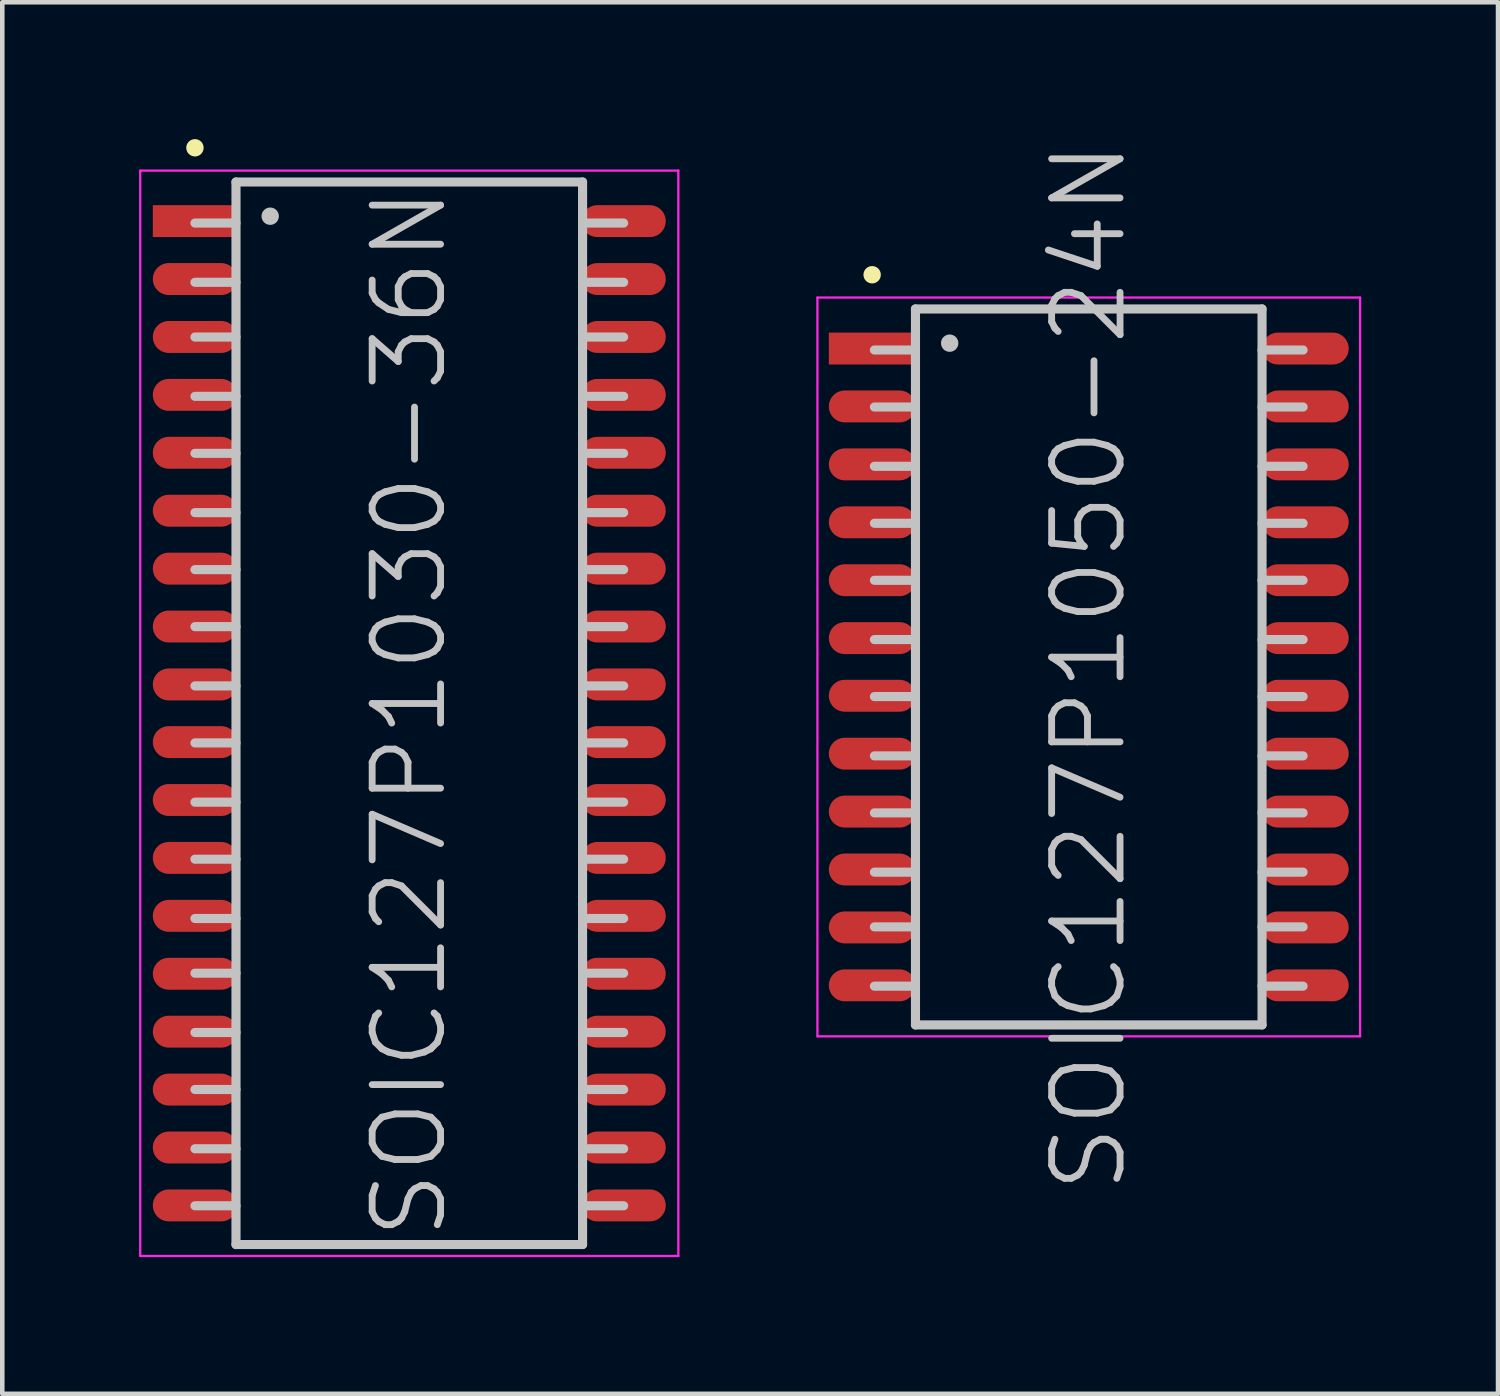
<source format=kicad_pcb>
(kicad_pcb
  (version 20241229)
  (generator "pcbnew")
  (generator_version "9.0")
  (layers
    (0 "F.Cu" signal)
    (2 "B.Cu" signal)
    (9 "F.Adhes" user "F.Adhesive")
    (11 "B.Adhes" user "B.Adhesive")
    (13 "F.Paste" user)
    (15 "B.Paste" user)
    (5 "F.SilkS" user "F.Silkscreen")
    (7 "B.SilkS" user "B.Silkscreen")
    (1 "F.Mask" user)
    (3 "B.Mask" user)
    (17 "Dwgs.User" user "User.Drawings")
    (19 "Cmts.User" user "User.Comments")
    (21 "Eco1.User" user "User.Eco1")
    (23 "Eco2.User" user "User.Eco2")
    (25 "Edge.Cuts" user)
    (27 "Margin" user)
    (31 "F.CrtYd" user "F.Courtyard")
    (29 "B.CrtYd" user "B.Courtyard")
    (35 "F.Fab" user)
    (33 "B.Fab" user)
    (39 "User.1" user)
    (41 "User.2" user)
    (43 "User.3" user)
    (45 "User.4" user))
  (footprint "SOIC127P1030-36N"
    (layer "F.Cu")
    (at 5.925 12.591)
    (property "Reference" "SOIC127P1030-36N" (at 0 0 90) (layer "Dwgs.User") (effects (font (size 1.5 1.5) (thickness 0.15))))
    (attr smd)
    (fp_line (start -4.7 -12.4) (end -4.7 -12.4) (stroke (width 0.381) (type solid)) (layer "F.SilkS"))
    (fp_line (start -3.8 -11.65) (end -3.8 11.65) (stroke (width 0.2) (type solid)) (layer "Dwgs.User"))
    (fp_line (start -3.8 -11.65) (end 3.8 -11.65) (stroke (width 0.2) (type solid)) (layer "Dwgs.User"))
    (fp_line (start -3.8 -10.75) (end -4.7 -10.75) (stroke (width 0.2) (type solid)) (layer "Dwgs.User"))
    (fp_line (start -3.8 -9.45) (end -4.7 -9.45) (stroke (width 0.2) (type solid)) (layer "Dwgs.User"))
    (fp_line (start -3.8 -8.25) (end -4.7 -8.25) (stroke (width 0.2) (type solid)) (layer "Dwgs.User"))
    (fp_line (start -3.8 -6.95) (end -4.7 -6.95) (stroke (width 0.2) (type solid)) (layer "Dwgs.User"))
    (fp_line (start -3.8 -5.7) (end -4.7 -5.7) (stroke (width 0.2) (type solid)) (layer "Dwgs.User"))
    (fp_line (start -3.8 -4.4) (end -4.7 -4.4) (stroke (width 0.2) (type solid)) (layer "Dwgs.User"))
    (fp_line (start -3.8 -3.15) (end -4.7 -3.15) (stroke (width 0.2) (type solid)) (layer "Dwgs.User"))
    (fp_line (start -3.8 -1.9) (end -4.7 -1.9) (stroke (width 0.2) (type solid)) (layer "Dwgs.User"))
    (fp_line (start -3.8 -0.6) (end -4.7 -0.6) (stroke (width 0.2) (type solid)) (layer "Dwgs.User"))
    (fp_line (start -3.8 0.65) (end -4.7 0.65) (stroke (width 0.2) (type solid)) (layer "Dwgs.User"))
    (fp_line (start -3.8 1.95) (end -4.7 1.95) (stroke (width 0.2) (type solid)) (layer "Dwgs.User"))
    (fp_line (start -3.8 3.2) (end -4.7 3.2) (stroke (width 0.2) (type solid)) (layer "Dwgs.User"))
    (fp_line (start -3.8 4.5) (end -4.7 4.5) (stroke (width 0.2) (type solid)) (layer "Dwgs.User"))
    (fp_line (start -3.8 5.7) (end -4.7 5.7) (stroke (width 0.2) (type solid)) (layer "Dwgs.User"))
    (fp_line (start -3.8 7) (end -4.7 7) (stroke (width 0.2) (type solid)) (layer "Dwgs.User"))
    (fp_line (start -3.8 8.25) (end -4.7 8.25) (stroke (width 0.2) (type solid)) (layer "Dwgs.User"))
    (fp_line (start -3.8 9.55) (end -4.7 9.55) (stroke (width 0.2) (type solid)) (layer "Dwgs.User"))
    (fp_line (start -3.8 10.8) (end -4.7 10.8) (stroke (width 0.2) (type solid)) (layer "Dwgs.User"))
    (fp_line (start -3.8 11.65) (end 3.8 11.65) (stroke (width 0.2) (type solid)) (layer "Dwgs.User"))
    (fp_line (start -3.05 -10.9) (end -3.05 -10.9) (stroke (width 0.381) (type solid)) (layer "Dwgs.User"))
    (fp_line (start 3.8 -11.65) (end 3.8 11.65) (stroke (width 0.2) (type solid)) (layer "Dwgs.User"))
    (fp_line (start 4.7 -10.75) (end 3.8 -10.75) (stroke (width 0.2) (type solid)) (layer "Dwgs.User"))
    (fp_line (start 4.7 -9.45) (end 3.8 -9.45) (stroke (width 0.2) (type solid)) (layer "Dwgs.User"))
    (fp_line (start 4.7 -8.25) (end 3.8 -8.25) (stroke (width 0.2) (type solid)) (layer "Dwgs.User"))
    (fp_line (start 4.7 -6.95) (end 3.8 -6.95) (stroke (width 0.2) (type solid)) (layer "Dwgs.User"))
    (fp_line (start 4.7 -5.7) (end 3.8 -5.7) (stroke (width 0.2) (type solid)) (layer "Dwgs.User"))
    (fp_line (start 4.7 -4.4) (end 3.8 -4.4) (stroke (width 0.2) (type solid)) (layer "Dwgs.User"))
    (fp_line (start 4.7 -3.15) (end 3.8 -3.15) (stroke (width 0.2) (type solid)) (layer "Dwgs.User"))
    (fp_line (start 4.7 -1.9) (end 3.8 -1.9) (stroke (width 0.2) (type solid)) (layer "Dwgs.User"))
    (fp_line (start 4.7 -0.6) (end 3.8 -0.6) (stroke (width 0.2) (type solid)) (layer "Dwgs.User"))
    (fp_line (start 4.7 0.65) (end 3.8 0.65) (stroke (width 0.2) (type solid)) (layer "Dwgs.User"))
    (fp_line (start 4.7 1.95) (end 3.8 1.95) (stroke (width 0.2) (type solid)) (layer "Dwgs.User"))
    (fp_line (start 4.7 3.2) (end 3.8 3.2) (stroke (width 0.2) (type solid)) (layer "Dwgs.User"))
    (fp_line (start 4.7 4.5) (end 3.8 4.5) (stroke (width 0.2) (type solid)) (layer "Dwgs.User"))
    (fp_line (start 4.7 5.7) (end 3.8 5.7) (stroke (width 0.2) (type solid)) (layer "Dwgs.User"))
    (fp_line (start 4.7 7) (end 3.8 7) (stroke (width 0.2) (type solid)) (layer "Dwgs.User"))
    (fp_line (start 4.7 8.25) (end 3.8 8.25) (stroke (width 0.2) (type solid)) (layer "Dwgs.User"))
    (fp_line (start 4.7 9.55) (end 3.8 9.55) (stroke (width 0.2) (type solid)) (layer "Dwgs.User"))
    (fp_line (start 4.7 10.8) (end 3.8 10.8) (stroke (width 0.2) (type solid)) (layer "Dwgs.User"))
    (fp_line (start -5.9 -11.9) (end -5.9 11.9) (stroke (width 0.05) (type solid)) (layer "F.CrtYd"))
    (fp_line (start -5.9 -11.9) (end 5.9 -11.9) (stroke (width 0.05) (type solid)) (layer "F.CrtYd"))
    (fp_line (start -5.9 11.9) (end 5.9 11.9) (stroke (width 0.05) (type solid)) (layer "F.CrtYd"))
    (fp_line (start 5.9 -11.9) (end 5.9 11.9) (stroke (width 0.05) (type solid)) (layer "F.CrtYd"))
    (pad "1" smd rect (at -4.699 -10.792 90) (size 0.7 1.85) (layers "F.Cu" "F.Mask" "F.Paste"))
    (pad "2" smd oval (at -4.699 -9.522 90) (size 0.7 1.85) (layers "F.Cu" "F.Mask" "F.Paste"))
    (pad "3" smd oval (at -4.699 -8.252 90) (size 0.7 1.85) (layers "F.Cu" "F.Mask" "F.Paste"))
    (pad "4" smd oval (at -4.699 -6.982 90) (size 0.7 1.85) (layers "F.Cu" "F.Mask" "F.Paste"))
    (pad "5" smd oval (at -4.699 -5.712 90) (size 0.7 1.85) (layers "F.Cu" "F.Mask" "F.Paste"))
    (pad "6" smd oval (at -4.699 -4.442 90) (size 0.7 1.85) (layers "F.Cu" "F.Mask" "F.Paste"))
    (pad "7" smd oval (at -4.699 -3.172 90) (size 0.7 1.85) (layers "F.Cu" "F.Mask" "F.Paste"))
    (pad "8" smd oval (at -4.699 -1.902 90) (size 0.7 1.85) (layers "F.Cu" "F.Mask" "F.Paste"))
    (pad "9" smd oval (at -4.699 -0.632 90) (size 0.7 1.85) (layers "F.Cu" "F.Mask" "F.Paste"))
    (pad "10" smd oval (at -4.699 0.632 90) (size 0.7 1.85) (layers "F.Cu" "F.Mask" "F.Paste"))
    (pad "11" smd oval (at -4.699 1.902 90) (size 0.7 1.85) (layers "F.Cu" "F.Mask" "F.Paste"))
    (pad "12" smd oval (at -4.699 3.172 90) (size 0.7 1.85) (layers "F.Cu" "F.Mask" "F.Paste"))
    (pad "13" smd oval (at -4.699 4.442 90) (size 0.7 1.85) (layers "F.Cu" "F.Mask" "F.Paste"))
    (pad "14" smd oval (at -4.699 5.712 90) (size 0.7 1.85) (layers "F.Cu" "F.Mask" "F.Paste"))
    (pad "15" smd oval (at -4.699 6.982 90) (size 0.7 1.85) (layers "F.Cu" "F.Mask" "F.Paste"))
    (pad "16" smd oval (at -4.699 8.252 90) (size 0.7 1.85) (layers "F.Cu" "F.Mask" "F.Paste"))
    (pad "17" smd oval (at -4.699 9.522 90) (size 0.7 1.85) (layers "F.Cu" "F.Mask" "F.Paste"))
    (pad "18" smd oval (at -4.699 10.792 90) (size 0.7 1.85) (layers "F.Cu" "F.Mask" "F.Paste"))
    (pad "19" smd oval (at 4.699 10.792 270) (size 0.7 1.85) (layers "F.Cu" "F.Mask" "F.Paste"))
    (pad "20" smd oval (at 4.699 9.522 270) (size 0.7 1.85) (layers "F.Cu" "F.Mask" "F.Paste"))
    (pad "21" smd oval (at 4.699 8.252 270) (size 0.7 1.85) (layers "F.Cu" "F.Mask" "F.Paste"))
    (pad "22" smd oval (at 4.699 6.982 270) (size 0.7 1.85) (layers "F.Cu" "F.Mask" "F.Paste"))
    (pad "23" smd oval (at 4.699 5.712 270) (size 0.7 1.85) (layers "F.Cu" "F.Mask" "F.Paste"))
    (pad "24" smd oval (at 4.699 4.442 270) (size 0.7 1.85) (layers "F.Cu" "F.Mask" "F.Paste"))
    (pad "25" smd oval (at 4.699 3.172 270) (size 0.7 1.85) (layers "F.Cu" "F.Mask" "F.Paste"))
    (pad "26" smd oval (at 4.699 1.902 270) (size 0.7 1.85) (layers "F.Cu" "F.Mask" "F.Paste"))
    (pad "27" smd oval (at 4.699 0.632 270) (size 0.7 1.85) (layers "F.Cu" "F.Mask" "F.Paste"))
    (pad "28" smd oval (at 4.699 -0.632 270) (size 0.7 1.85) (layers "F.Cu" "F.Mask" "F.Paste"))
    (pad "29" smd oval (at 4.699 -1.902 270) (size 0.7 1.85) (layers "F.Cu" "F.Mask" "F.Paste"))
    (pad "30" smd oval (at 4.699 -3.172 270) (size 0.7 1.85) (layers "F.Cu" "F.Mask" "F.Paste"))
    (pad "31" smd oval (at 4.699 -4.442 270) (size 0.7 1.85) (layers "F.Cu" "F.Mask" "F.Paste"))
    (pad "32" smd oval (at 4.699 -5.712 270) (size 0.7 1.85) (layers "F.Cu" "F.Mask" "F.Paste"))
    (pad "33" smd oval (at 4.699 -6.982 270) (size 0.7 1.85) (layers "F.Cu" "F.Mask" "F.Paste"))
    (pad "34" smd oval (at 4.699 -8.252 270) (size 0.7 1.85) (layers "F.Cu" "F.Mask" "F.Paste"))
    (pad "35" smd oval (at 4.699 -9.522 270) (size 0.7 1.85) (layers "F.Cu" "F.Mask" "F.Paste"))
    (pad "36" smd oval (at 4.699 -10.792 270) (size 0.7 1.85) (layers "F.Cu" "F.Mask" "F.Paste")))
  (footprint "SOIC127P1050-24N"
    (layer "F.Cu")
    (at 20.825 11.575)
    (property "Reference" "SOIC127P1050-24N" (at 0 0 90) (layer "Dwgs.User") (effects (font (size 1.5 1.5) (thickness 0.15))))
    (attr smd)
    (fp_line (start -4.75 -8.6) (end -4.75 -8.6) (stroke (width 0.381) (type solid)) (layer "F.SilkS"))
    (fp_line (start -3.8 -7.85) (end -3.8 7.85) (stroke (width 0.2) (type solid)) (layer "Dwgs.User"))
    (fp_line (start -3.8 -7.85) (end 3.8 -7.85) (stroke (width 0.2) (type solid)) (layer "Dwgs.User"))
    (fp_line (start -3.8 -6.95) (end -4.7 -6.95) (stroke (width 0.2) (type solid)) (layer "Dwgs.User"))
    (fp_line (start -3.8 -5.7) (end -4.7 -5.7) (stroke (width 0.2) (type solid)) (layer "Dwgs.User"))
    (fp_line (start -3.8 -4.4) (end -4.7 -4.4) (stroke (width 0.2) (type solid)) (layer "Dwgs.User"))
    (fp_line (start -3.8 -3.15) (end -4.7 -3.15) (stroke (width 0.2) (type solid)) (layer "Dwgs.User"))
    (fp_line (start -3.8 -1.9) (end -4.7 -1.9) (stroke (width 0.2) (type solid)) (layer "Dwgs.User"))
    (fp_line (start -3.8 -0.6) (end -4.7 -0.6) (stroke (width 0.2) (type solid)) (layer "Dwgs.User"))
    (fp_line (start -3.8 0.65) (end -4.7 0.65) (stroke (width 0.2) (type solid)) (layer "Dwgs.User"))
    (fp_line (start -3.8 1.95) (end -4.7 1.95) (stroke (width 0.2) (type solid)) (layer "Dwgs.User"))
    (fp_line (start -3.8 3.2) (end -4.7 3.2) (stroke (width 0.2) (type solid)) (layer "Dwgs.User"))
    (fp_line (start -3.8 4.5) (end -4.7 4.5) (stroke (width 0.2) (type solid)) (layer "Dwgs.User"))
    (fp_line (start -3.8 5.7) (end -4.7 5.7) (stroke (width 0.2) (type solid)) (layer "Dwgs.User"))
    (fp_line (start -3.8 7) (end -4.7 7) (stroke (width 0.2) (type solid)) (layer "Dwgs.User"))
    (fp_line (start -3.8 7.85) (end 3.8 7.85) (stroke (width 0.2) (type solid)) (layer "Dwgs.User"))
    (fp_line (start -3.05 -7.1) (end -3.05 -7.1) (stroke (width 0.381) (type solid)) (layer "Dwgs.User"))
    (fp_line (start 3.8 -7.85) (end 3.8 7.85) (stroke (width 0.2) (type solid)) (layer "Dwgs.User"))
    (fp_line (start 4.7 -6.95) (end 3.8 -6.95) (stroke (width 0.2) (type solid)) (layer "Dwgs.User"))
    (fp_line (start 4.7 -5.7) (end 3.8 -5.7) (stroke (width 0.2) (type solid)) (layer "Dwgs.User"))
    (fp_line (start 4.7 -4.4) (end 3.8 -4.4) (stroke (width 0.2) (type solid)) (layer "Dwgs.User"))
    (fp_line (start 4.7 -3.15) (end 3.8 -3.15) (stroke (width 0.2) (type solid)) (layer "Dwgs.User"))
    (fp_line (start 4.7 -1.9) (end 3.8 -1.9) (stroke (width 0.2) (type solid)) (layer "Dwgs.User"))
    (fp_line (start 4.7 -0.6) (end 3.8 -0.6) (stroke (width 0.2) (type solid)) (layer "Dwgs.User"))
    (fp_line (start 4.7 0.65) (end 3.8 0.65) (stroke (width 0.2) (type solid)) (layer "Dwgs.User"))
    (fp_line (start 4.7 1.95) (end 3.8 1.95) (stroke (width 0.2) (type solid)) (layer "Dwgs.User"))
    (fp_line (start 4.7 3.2) (end 3.8 3.2) (stroke (width 0.2) (type solid)) (layer "Dwgs.User"))
    (fp_line (start 4.7 4.5) (end 3.8 4.5) (stroke (width 0.2) (type solid)) (layer "Dwgs.User"))
    (fp_line (start 4.7 5.7) (end 3.8 5.7) (stroke (width 0.2) (type solid)) (layer "Dwgs.User"))
    (fp_line (start 4.7 7) (end 3.8 7) (stroke (width 0.2) (type solid)) (layer "Dwgs.User"))
    (fp_line (start -5.95 -8.1) (end -5.95 8.1) (stroke (width 0.05) (type solid)) (layer "F.CrtYd"))
    (fp_line (start -5.95 -8.1) (end 5.95 -8.1) (stroke (width 0.05) (type solid)) (layer "F.CrtYd"))
    (fp_line (start -5.95 8.1) (end 5.95 8.1) (stroke (width 0.05) (type solid)) (layer "F.CrtYd"))
    (fp_line (start 5.95 -8.1) (end 5.95 8.1) (stroke (width 0.05) (type solid)) (layer "F.CrtYd"))
    (pad "1" smd rect (at -4.75 -6.982 90) (size 0.7 1.9) (layers "F.Cu" "F.Mask" "F.Paste"))
    (pad "2" smd oval (at -4.75 -5.712 90) (size 0.7 1.9) (layers "F.Cu" "F.Mask" "F.Paste"))
    (pad "3" smd oval (at -4.75 -4.442 90) (size 0.7 1.9) (layers "F.Cu" "F.Mask" "F.Paste"))
    (pad "4" smd oval (at -4.75 -3.172 90) (size 0.7 1.9) (layers "F.Cu" "F.Mask" "F.Paste"))
    (pad "5" smd oval (at -4.75 -1.902 90) (size 0.7 1.9) (layers "F.Cu" "F.Mask" "F.Paste"))
    (pad "6" smd oval (at -4.75 -0.632 90) (size 0.7 1.9) (layers "F.Cu" "F.Mask" "F.Paste"))
    (pad "7" smd oval (at -4.75 0.632 90) (size 0.7 1.9) (layers "F.Cu" "F.Mask" "F.Paste"))
    (pad "8" smd oval (at -4.75 1.902 90) (size 0.7 1.9) (layers "F.Cu" "F.Mask" "F.Paste"))
    (pad "9" smd oval (at -4.75 3.172 90) (size 0.7 1.9) (layers "F.Cu" "F.Mask" "F.Paste"))
    (pad "10" smd oval (at -4.75 4.442 90) (size 0.7 1.9) (layers "F.Cu" "F.Mask" "F.Paste"))
    (pad "11" smd oval (at -4.75 5.712 90) (size 0.7 1.9) (layers "F.Cu" "F.Mask" "F.Paste"))
    (pad "12" smd oval (at -4.75 6.982 90) (size 0.7 1.9) (layers "F.Cu" "F.Mask" "F.Paste"))
    (pad "13" smd oval (at 4.75 6.982 270) (size 0.7 1.9) (layers "F.Cu" "F.Mask" "F.Paste"))
    (pad "14" smd oval (at 4.75 5.712 270) (size 0.7 1.9) (layers "F.Cu" "F.Mask" "F.Paste"))
    (pad "15" smd oval (at 4.75 4.442 270) (size 0.7 1.9) (layers "F.Cu" "F.Mask" "F.Paste"))
    (pad "16" smd oval (at 4.75 3.172 270) (size 0.7 1.9) (layers "F.Cu" "F.Mask" "F.Paste"))
    (pad "17" smd oval (at 4.75 1.902 270) (size 0.7 1.9) (layers "F.Cu" "F.Mask" "F.Paste"))
    (pad "18" smd oval (at 4.75 0.632 270) (size 0.7 1.9) (layers "F.Cu" "F.Mask" "F.Paste"))
    (pad "19" smd oval (at 4.75 -0.632 270) (size 0.7 1.9) (layers "F.Cu" "F.Mask" "F.Paste"))
    (pad "20" smd oval (at 4.75 -1.902 270) (size 0.7 1.9) (layers "F.Cu" "F.Mask" "F.Paste"))
    (pad "21" smd oval (at 4.75 -3.172 270) (size 0.7 1.9) (layers "F.Cu" "F.Mask" "F.Paste"))
    (pad "22" smd oval (at 4.75 -4.442 270) (size 0.7 1.9) (layers "F.Cu" "F.Mask" "F.Paste"))
    (pad "23" smd oval (at 4.75 -5.712 270) (size 0.7 1.9) (layers "F.Cu" "F.Mask" "F.Paste"))
    (pad "24" smd oval (at 4.75 -6.982 270) (size 0.7 1.9) (layers "F.Cu" "F.Mask" "F.Paste")))
  (gr_rect
    (start -3 -3)
    (end 29.8 27.515)
    (stroke (width 0.1) (type default))
    (fill no)
    (layer "Edge.Cuts")))
</source>
